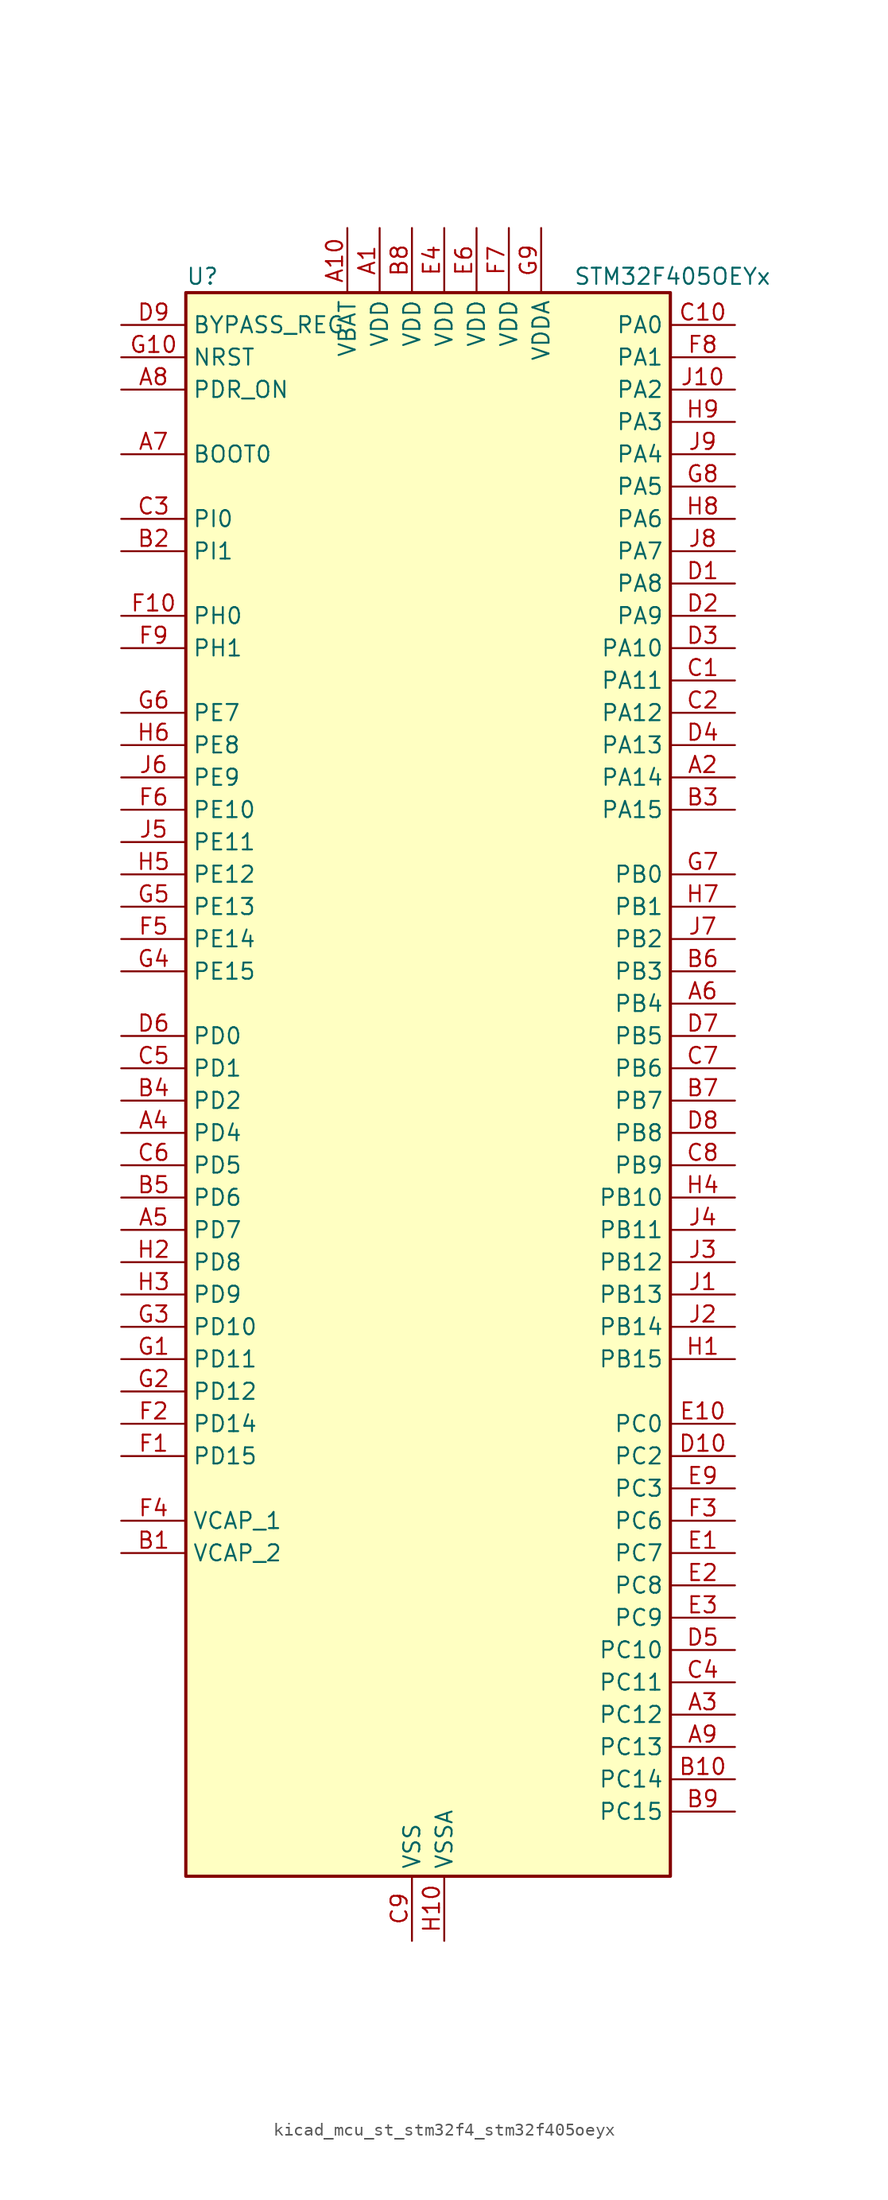
<source format=kicad_sym>
(kicad_symbol_lib
  (version 20220914)
  (generator kicad_symbol_editor)
  (symbol "kicad_mcu_st_stm32f4_stm32f405oeyx"
    (property "Reference" "U"
      (at -17.78 64.77 0)
      (effects (font (size 1.27 1.27)) (justify left)))
    (property "Value" "STM32F405OEYx"
      (at 12.7 64.77 0)
      (effects (font (size 1.27 1.27)) (justify left)))
    (property "ki_locked" ""
      (at 0 0 0)
      (effects (font (size 1.27 1.27))))
    (symbol "kicad_mcu_st_stm32f4_stm32f405oeyx_0_1"
      (rectangle (start -17.78 -60.96) (end 20.32 63.5) (stroke (width 0.254) (type default)) (fill (type background))))
    (symbol "kicad_mcu_st_stm32f4_stm32f405oeyx_1_1"
      (pin power_in line (at -2.54 68.58 270) (length 5.08) (name "VDD" (effects (font (size 1.27 1.27)))) (number "A1" (effects (font (size 1.27 1.27)))))
      (pin power_in line (at -5.08 68.58 270) (length 5.08) (name "VBAT" (effects (font (size 1.27 1.27)))) (number "A10" (effects (font (size 1.27 1.27)))))
      (pin bidirectional line (at 25.4 25.4 180) (length 5.08) (name "PA14" (effects (font (size 1.27 1.27)))) (number "A2" (effects (font (size 1.27 1.27)))) (alternate "SYS_JTCK-SWCLK" bidirectional line))
      (pin bidirectional line (at 25.4 -48.26 180) (length 5.08) (name "PC12" (effects (font (size 1.27 1.27)))) (number "A3" (effects (font (size 1.27 1.27)))) (alternate "I2S3_SD" bidirectional line) (alternate "SDIO_CK" bidirectional line) (alternate "SPI3_MOSI" bidirectional line) (alternate "UART5_TX" bidirectional line) (alternate "USART3_CK" bidirectional line))
      (pin bidirectional line (at -22.86 -2.54 0) (length 5.08) (name "PD4" (effects (font (size 1.27 1.27)))) (number "A4" (effects (font (size 1.27 1.27)))) (alternate "FSMC_NOE" bidirectional line) (alternate "USART2_RTS" bidirectional line))
      (pin bidirectional line (at -22.86 -10.16 0) (length 5.08) (name "PD7" (effects (font (size 1.27 1.27)))) (number "A5" (effects (font (size 1.27 1.27)))) (alternate "FSMC_NCE2" bidirectional line) (alternate "FSMC_NE1" bidirectional line) (alternate "USART2_CK" bidirectional line))
      (pin bidirectional line (at 25.4 7.62 180) (length 5.08) (name "PB4" (effects (font (size 1.27 1.27)))) (number "A6" (effects (font (size 1.27 1.27)))) (alternate "I2S3_ext_SD" bidirectional line) (alternate "SPI1_MISO" bidirectional line) (alternate "SPI3_MISO" bidirectional line) (alternate "SYS_JTRST" bidirectional line) (alternate "TIM3_CH1" bidirectional line))
      (pin input line (at -22.86 50.8 0) (length 5.08) (name "BOOT0" (effects (font (size 1.27 1.27)))) (number "A7" (effects (font (size 1.27 1.27)))))
      (pin input line (at -22.86 55.88 0) (length 5.08) (name "PDR_ON" (effects (font (size 1.27 1.27)))) (number "A8" (effects (font (size 1.27 1.27)))))
      (pin bidirectional line (at 25.4 -50.8 180) (length 5.08) (name "PC13" (effects (font (size 1.27 1.27)))) (number "A9" (effects (font (size 1.27 1.27)))) (alternate "RTC_AF1" bidirectional line))
      (pin power_out line (at -22.86 -35.56 0) (length 5.08) (name "VCAP_2" (effects (font (size 1.27 1.27)))) (number "B1" (effects (font (size 1.27 1.27)))))
      (pin bidirectional line (at 25.4 -53.34 180) (length 5.08) (name "PC14" (effects (font (size 1.27 1.27)))) (number "B10" (effects (font (size 1.27 1.27)))) (alternate "RCC_OSC32_IN" bidirectional line))
      (pin bidirectional line (at -22.86 43.18 0) (length 5.08) (name "PI1" (effects (font (size 1.27 1.27)))) (number "B2" (effects (font (size 1.27 1.27)))) (alternate "I2S2_CK" bidirectional line) (alternate "SPI2_SCK" bidirectional line))
      (pin bidirectional line (at 25.4 22.86 180) (length 5.08) (name "PA15" (effects (font (size 1.27 1.27)))) (number "B3" (effects (font (size 1.27 1.27)))) (alternate "ADC1_EXTI15" bidirectional line) (alternate "ADC2_EXTI15" bidirectional line) (alternate "ADC3_EXTI15" bidirectional line) (alternate "I2S3_WS" bidirectional line) (alternate "SPI1_NSS" bidirectional line) (alternate "SPI3_NSS" bidirectional line) (alternate "SYS_JTDI" bidirectional line) (alternate "TIM2_CH1" bidirectional line) (alternate "TIM2_ETR" bidirectional line))
      (pin bidirectional line (at -22.86 0 0) (length 5.08) (name "PD2" (effects (font (size 1.27 1.27)))) (number "B4" (effects (font (size 1.27 1.27)))) (alternate "SDIO_CMD" bidirectional line) (alternate "TIM3_ETR" bidirectional line) (alternate "UART5_RX" bidirectional line))
      (pin bidirectional line (at -22.86 -7.62 0) (length 5.08) (name "PD6" (effects (font (size 1.27 1.27)))) (number "B5" (effects (font (size 1.27 1.27)))) (alternate "FSMC_NWAIT" bidirectional line) (alternate "USART2_RX" bidirectional line))
      (pin bidirectional line (at 25.4 10.16 180) (length 5.08) (name "PB3" (effects (font (size 1.27 1.27)))) (number "B6" (effects (font (size 1.27 1.27)))) (alternate "I2S3_CK" bidirectional line) (alternate "SPI1_SCK" bidirectional line) (alternate "SPI3_SCK" bidirectional line) (alternate "SYS_JTDO-SWO" bidirectional line) (alternate "TIM2_CH2" bidirectional line))
      (pin bidirectional line (at 25.4 0 180) (length 5.08) (name "PB7" (effects (font (size 1.27 1.27)))) (number "B7" (effects (font (size 1.27 1.27)))) (alternate "FSMC_NL" bidirectional line) (alternate "I2C1_SDA" bidirectional line) (alternate "TIM4_CH2" bidirectional line) (alternate "USART1_RX" bidirectional line))
      (pin power_in line (at 0 68.58 270) (length 5.08) (name "VDD" (effects (font (size 1.27 1.27)))) (number "B8" (effects (font (size 1.27 1.27)))))
      (pin bidirectional line (at 25.4 -55.88 180) (length 5.08) (name "PC15" (effects (font (size 1.27 1.27)))) (number "B9" (effects (font (size 1.27 1.27)))) (alternate "ADC1_EXTI15" bidirectional line) (alternate "ADC2_EXTI15" bidirectional line) (alternate "ADC3_EXTI15" bidirectional line) (alternate "RCC_OSC32_OUT" bidirectional line))
      (pin bidirectional line (at 25.4 33.02 180) (length 5.08) (name "PA11" (effects (font (size 1.27 1.27)))) (number "C1" (effects (font (size 1.27 1.27)))) (alternate "ADC1_EXTI11" bidirectional line) (alternate "ADC2_EXTI11" bidirectional line) (alternate "ADC3_EXTI11" bidirectional line) (alternate "CAN1_RX" bidirectional line) (alternate "TIM1_CH4" bidirectional line) (alternate "USART1_CTS" bidirectional line) (alternate "USB_OTG_FS_DM" bidirectional line))
      (pin bidirectional line (at 25.4 60.96 180) (length 5.08) (name "PA0" (effects (font (size 1.27 1.27)))) (number "C10" (effects (font (size 1.27 1.27)))) (alternate "ADC1_IN0" bidirectional line) (alternate "ADC2_IN0" bidirectional line) (alternate "ADC3_IN0" bidirectional line) (alternate "SYS_WKUP" bidirectional line) (alternate "TIM2_CH1" bidirectional line) (alternate "TIM2_ETR" bidirectional line) (alternate "TIM5_CH1" bidirectional line) (alternate "TIM8_ETR" bidirectional line) (alternate "UART4_TX" bidirectional line) (alternate "USART2_CTS" bidirectional line))
      (pin bidirectional line (at 25.4 30.48 180) (length 5.08) (name "PA12" (effects (font (size 1.27 1.27)))) (number "C2" (effects (font (size 1.27 1.27)))) (alternate "CAN1_TX" bidirectional line) (alternate "TIM1_ETR" bidirectional line) (alternate "USART1_RTS" bidirectional line) (alternate "USB_OTG_FS_DP" bidirectional line))
      (pin bidirectional line (at -22.86 45.72 0) (length 5.08) (name "PI0" (effects (font (size 1.27 1.27)))) (number "C3" (effects (font (size 1.27 1.27)))) (alternate "I2S2_WS" bidirectional line) (alternate "SPI2_NSS" bidirectional line) (alternate "TIM5_CH4" bidirectional line))
      (pin bidirectional line (at 25.4 -45.72 180) (length 5.08) (name "PC11" (effects (font (size 1.27 1.27)))) (number "C4" (effects (font (size 1.27 1.27)))) (alternate "ADC1_EXTI11" bidirectional line) (alternate "ADC2_EXTI11" bidirectional line) (alternate "ADC3_EXTI11" bidirectional line) (alternate "I2S3_ext_SD" bidirectional line) (alternate "SDIO_D3" bidirectional line) (alternate "SPI3_MISO" bidirectional line) (alternate "UART4_RX" bidirectional line) (alternate "USART3_RX" bidirectional line))
      (pin bidirectional line (at -22.86 2.54 0) (length 5.08) (name "PD1" (effects (font (size 1.27 1.27)))) (number "C5" (effects (font (size 1.27 1.27)))) (alternate "CAN1_TX" bidirectional line) (alternate "FSMC_D3" bidirectional line) (alternate "FSMC_DA3" bidirectional line))
      (pin bidirectional line (at -22.86 -5.08 0) (length 5.08) (name "PD5" (effects (font (size 1.27 1.27)))) (number "C6" (effects (font (size 1.27 1.27)))) (alternate "FSMC_NWE" bidirectional line) (alternate "USART2_TX" bidirectional line))
      (pin bidirectional line (at 25.4 2.54 180) (length 5.08) (name "PB6" (effects (font (size 1.27 1.27)))) (number "C7" (effects (font (size 1.27 1.27)))) (alternate "CAN2_TX" bidirectional line) (alternate "I2C1_SCL" bidirectional line) (alternate "TIM4_CH1" bidirectional line) (alternate "USART1_TX" bidirectional line))
      (pin bidirectional line (at 25.4 -5.08 180) (length 5.08) (name "PB9" (effects (font (size 1.27 1.27)))) (number "C8" (effects (font (size 1.27 1.27)))) (alternate "CAN1_TX" bidirectional line) (alternate "DAC_EXTI9" bidirectional line) (alternate "I2C1_SDA" bidirectional line) (alternate "I2S2_WS" bidirectional line) (alternate "SDIO_D5" bidirectional line) (alternate "SPI2_NSS" bidirectional line) (alternate "TIM11_CH1" bidirectional line) (alternate "TIM4_CH4" bidirectional line))
      (pin power_in line (at 0 -66.04 90) (length 5.08) (name "VSS" (effects (font (size 1.27 1.27)))) (number "C9" (effects (font (size 1.27 1.27)))))
      (pin bidirectional line (at 25.4 40.64 180) (length 5.08) (name "PA8" (effects (font (size 1.27 1.27)))) (number "D1" (effects (font (size 1.27 1.27)))) (alternate "I2C3_SCL" bidirectional line) (alternate "RCC_MCO_1" bidirectional line) (alternate "TIM1_CH1" bidirectional line) (alternate "USART1_CK" bidirectional line) (alternate "USB_OTG_FS_SOF" bidirectional line))
      (pin bidirectional line (at 25.4 -27.94 180) (length 5.08) (name "PC2" (effects (font (size 1.27 1.27)))) (number "D10" (effects (font (size 1.27 1.27)))) (alternate "ADC1_IN12" bidirectional line) (alternate "ADC2_IN12" bidirectional line) (alternate "ADC3_IN12" bidirectional line) (alternate "I2S2_ext_SD" bidirectional line) (alternate "SPI2_MISO" bidirectional line) (alternate "USB_OTG_HS_ULPI_DIR" bidirectional line))
      (pin bidirectional line (at 25.4 38.1 180) (length 5.08) (name "PA9" (effects (font (size 1.27 1.27)))) (number "D2" (effects (font (size 1.27 1.27)))) (alternate "DAC_EXTI9" bidirectional line) (alternate "I2C3_SMBA" bidirectional line) (alternate "TIM1_CH2" bidirectional line) (alternate "USART1_TX" bidirectional line) (alternate "USB_OTG_FS_VBUS" bidirectional line))
      (pin bidirectional line (at 25.4 35.56 180) (length 5.08) (name "PA10" (effects (font (size 1.27 1.27)))) (number "D3" (effects (font (size 1.27 1.27)))) (alternate "TIM1_CH3" bidirectional line) (alternate "USART1_RX" bidirectional line) (alternate "USB_OTG_FS_ID" bidirectional line))
      (pin bidirectional line (at 25.4 27.94 180) (length 5.08) (name "PA13" (effects (font (size 1.27 1.27)))) (number "D4" (effects (font (size 1.27 1.27)))) (alternate "SYS_JTMS-SWDIO" bidirectional line))
      (pin bidirectional line (at 25.4 -43.18 180) (length 5.08) (name "PC10" (effects (font (size 1.27 1.27)))) (number "D5" (effects (font (size 1.27 1.27)))) (alternate "I2S3_CK" bidirectional line) (alternate "SDIO_D2" bidirectional line) (alternate "SPI3_SCK" bidirectional line) (alternate "UART4_TX" bidirectional line) (alternate "USART3_TX" bidirectional line))
      (pin bidirectional line (at -22.86 5.08 0) (length 5.08) (name "PD0" (effects (font (size 1.27 1.27)))) (number "D6" (effects (font (size 1.27 1.27)))) (alternate "CAN1_RX" bidirectional line) (alternate "FSMC_D2" bidirectional line) (alternate "FSMC_DA2" bidirectional line))
      (pin bidirectional line (at 25.4 5.08 180) (length 5.08) (name "PB5" (effects (font (size 1.27 1.27)))) (number "D7" (effects (font (size 1.27 1.27)))) (alternate "CAN2_RX" bidirectional line) (alternate "I2C1_SMBA" bidirectional line) (alternate "I2S3_SD" bidirectional line) (alternate "SPI1_MOSI" bidirectional line) (alternate "SPI3_MOSI" bidirectional line) (alternate "TIM3_CH2" bidirectional line) (alternate "USB_OTG_HS_ULPI_D7" bidirectional line))
      (pin bidirectional line (at 25.4 -2.54 180) (length 5.08) (name "PB8" (effects (font (size 1.27 1.27)))) (number "D8" (effects (font (size 1.27 1.27)))) (alternate "CAN1_RX" bidirectional line) (alternate "I2C1_SCL" bidirectional line) (alternate "SDIO_D4" bidirectional line) (alternate "TIM10_CH1" bidirectional line) (alternate "TIM4_CH3" bidirectional line))
      (pin input line (at -22.86 60.96 0) (length 5.08) (name "BYPASS_REG" (effects (font (size 1.27 1.27)))) (number "D9" (effects (font (size 1.27 1.27)))))
      (pin bidirectional line (at 25.4 -35.56 180) (length 5.08) (name "PC7" (effects (font (size 1.27 1.27)))) (number "E1" (effects (font (size 1.27 1.27)))) (alternate "I2S3_MCK" bidirectional line) (alternate "SDIO_D7" bidirectional line) (alternate "TIM3_CH2" bidirectional line) (alternate "TIM8_CH2" bidirectional line) (alternate "USART6_RX" bidirectional line))
      (pin bidirectional line (at 25.4 -25.4 180) (length 5.08) (name "PC0" (effects (font (size 1.27 1.27)))) (number "E10" (effects (font (size 1.27 1.27)))) (alternate "ADC1_IN10" bidirectional line) (alternate "ADC2_IN10" bidirectional line) (alternate "ADC3_IN10" bidirectional line) (alternate "USB_OTG_HS_ULPI_STP" bidirectional line))
      (pin bidirectional line (at 25.4 -38.1 180) (length 5.08) (name "PC8" (effects (font (size 1.27 1.27)))) (number "E2" (effects (font (size 1.27 1.27)))) (alternate "SDIO_D0" bidirectional line) (alternate "TIM3_CH3" bidirectional line) (alternate "TIM8_CH3" bidirectional line) (alternate "USART6_CK" bidirectional line))
      (pin bidirectional line (at 25.4 -40.64 180) (length 5.08) (name "PC9" (effects (font (size 1.27 1.27)))) (number "E3" (effects (font (size 1.27 1.27)))) (alternate "DAC_EXTI9" bidirectional line) (alternate "I2C3_SDA" bidirectional line) (alternate "I2S_CKIN" bidirectional line) (alternate "RCC_MCO_2" bidirectional line) (alternate "SDIO_D1" bidirectional line) (alternate "TIM3_CH4" bidirectional line) (alternate "TIM8_CH4" bidirectional line))
      (pin power_in line (at 2.54 68.58 270) (length 5.08) (name "VDD" (effects (font (size 1.27 1.27)))) (number "E4" (effects (font (size 1.27 1.27)))))
      (pin passive line (at 0 -66.04 90) (length 5.08) hide (name "VSS" (effects (font (size 1.27 1.27)))) (number "E5" (effects (font (size 1.27 1.27)))))
      (pin power_in line (at 5.08 68.58 270) (length 5.08) (name "VDD" (effects (font (size 1.27 1.27)))) (number "E6" (effects (font (size 1.27 1.27)))))
      (pin passive line (at 0 -66.04 90) (length 5.08) hide (name "VSS" (effects (font (size 1.27 1.27)))) (number "E7" (effects (font (size 1.27 1.27)))))
      (pin passive line (at 0 -66.04 90) (length 5.08) hide (name "VSS" (effects (font (size 1.27 1.27)))) (number "E8" (effects (font (size 1.27 1.27)))))
      (pin bidirectional line (at 25.4 -30.48 180) (length 5.08) (name "PC3" (effects (font (size 1.27 1.27)))) (number "E9" (effects (font (size 1.27 1.27)))) (alternate "ADC1_IN13" bidirectional line) (alternate "ADC2_IN13" bidirectional line) (alternate "ADC3_IN13" bidirectional line) (alternate "I2S2_SD" bidirectional line) (alternate "SPI2_MOSI" bidirectional line) (alternate "USB_OTG_HS_ULPI_NXT" bidirectional line))
      (pin bidirectional line (at -22.86 -27.94 0) (length 5.08) (name "PD15" (effects (font (size 1.27 1.27)))) (number "F1" (effects (font (size 1.27 1.27)))) (alternate "ADC1_EXTI15" bidirectional line) (alternate "ADC2_EXTI15" bidirectional line) (alternate "ADC3_EXTI15" bidirectional line) (alternate "FSMC_D1" bidirectional line) (alternate "FSMC_DA1" bidirectional line) (alternate "TIM4_CH4" bidirectional line))
      (pin bidirectional line (at -22.86 38.1 0) (length 5.08) (name "PH0" (effects (font (size 1.27 1.27)))) (number "F10" (effects (font (size 1.27 1.27)))) (alternate "RCC_OSC_IN" bidirectional line))
      (pin bidirectional line (at -22.86 -25.4 0) (length 5.08) (name "PD14" (effects (font (size 1.27 1.27)))) (number "F2" (effects (font (size 1.27 1.27)))) (alternate "FSMC_D0" bidirectional line) (alternate "FSMC_DA0" bidirectional line) (alternate "TIM4_CH3" bidirectional line))
      (pin bidirectional line (at 25.4 -33.02 180) (length 5.08) (name "PC6" (effects (font (size 1.27 1.27)))) (number "F3" (effects (font (size 1.27 1.27)))) (alternate "I2S2_MCK" bidirectional line) (alternate "SDIO_D6" bidirectional line) (alternate "TIM3_CH1" bidirectional line) (alternate "TIM8_CH1" bidirectional line) (alternate "USART6_TX" bidirectional line))
      (pin power_out line (at -22.86 -33.02 0) (length 5.08) (name "VCAP_1" (effects (font (size 1.27 1.27)))) (number "F4" (effects (font (size 1.27 1.27)))))
      (pin bidirectional line (at -22.86 12.7 0) (length 5.08) (name "PE14" (effects (font (size 1.27 1.27)))) (number "F5" (effects (font (size 1.27 1.27)))) (alternate "FSMC_D11" bidirectional line) (alternate "FSMC_DA11" bidirectional line) (alternate "TIM1_CH4" bidirectional line))
      (pin bidirectional line (at -22.86 22.86 0) (length 5.08) (name "PE10" (effects (font (size 1.27 1.27)))) (number "F6" (effects (font (size 1.27 1.27)))) (alternate "FSMC_D7" bidirectional line) (alternate "FSMC_DA7" bidirectional line) (alternate "TIM1_CH2N" bidirectional line))
      (pin power_in line (at 7.62 68.58 270) (length 5.08) (name "VDD" (effects (font (size 1.27 1.27)))) (number "F7" (effects (font (size 1.27 1.27)))))
      (pin bidirectional line (at 25.4 58.42 180) (length 5.08) (name "PA1" (effects (font (size 1.27 1.27)))) (number "F8" (effects (font (size 1.27 1.27)))) (alternate "ADC1_IN1" bidirectional line) (alternate "ADC2_IN1" bidirectional line) (alternate "ADC3_IN1" bidirectional line) (alternate "TIM2_CH2" bidirectional line) (alternate "TIM5_CH2" bidirectional line) (alternate "UART4_RX" bidirectional line) (alternate "USART2_RTS" bidirectional line))
      (pin bidirectional line (at -22.86 35.56 0) (length 5.08) (name "PH1" (effects (font (size 1.27 1.27)))) (number "F9" (effects (font (size 1.27 1.27)))) (alternate "RCC_OSC_OUT" bidirectional line))
      (pin bidirectional line (at -22.86 -20.32 0) (length 5.08) (name "PD11" (effects (font (size 1.27 1.27)))) (number "G1" (effects (font (size 1.27 1.27)))) (alternate "ADC1_EXTI11" bidirectional line) (alternate "ADC2_EXTI11" bidirectional line) (alternate "ADC3_EXTI11" bidirectional line) (alternate "FSMC_A16" bidirectional line) (alternate "FSMC_CLE" bidirectional line) (alternate "USART3_CTS" bidirectional line))
      (pin input line (at -22.86 58.42 0) (length 5.08) (name "NRST" (effects (font (size 1.27 1.27)))) (number "G10" (effects (font (size 1.27 1.27)))))
      (pin bidirectional line (at -22.86 -22.86 0) (length 5.08) (name "PD12" (effects (font (size 1.27 1.27)))) (number "G2" (effects (font (size 1.27 1.27)))) (alternate "FSMC_A17" bidirectional line) (alternate "FSMC_ALE" bidirectional line) (alternate "TIM4_CH1" bidirectional line) (alternate "USART3_RTS" bidirectional line))
      (pin bidirectional line (at -22.86 -17.78 0) (length 5.08) (name "PD10" (effects (font (size 1.27 1.27)))) (number "G3" (effects (font (size 1.27 1.27)))) (alternate "FSMC_D15" bidirectional line) (alternate "FSMC_DA15" bidirectional line) (alternate "USART3_CK" bidirectional line))
      (pin bidirectional line (at -22.86 10.16 0) (length 5.08) (name "PE15" (effects (font (size 1.27 1.27)))) (number "G4" (effects (font (size 1.27 1.27)))) (alternate "ADC1_EXTI15" bidirectional line) (alternate "ADC2_EXTI15" bidirectional line) (alternate "ADC3_EXTI15" bidirectional line) (alternate "FSMC_D12" bidirectional line) (alternate "FSMC_DA12" bidirectional line) (alternate "TIM1_BKIN" bidirectional line))
      (pin bidirectional line (at -22.86 15.24 0) (length 5.08) (name "PE13" (effects (font (size 1.27 1.27)))) (number "G5" (effects (font (size 1.27 1.27)))) (alternate "FSMC_D10" bidirectional line) (alternate "FSMC_DA10" bidirectional line) (alternate "TIM1_CH3" bidirectional line))
      (pin bidirectional line (at -22.86 30.48 0) (length 5.08) (name "PE7" (effects (font (size 1.27 1.27)))) (number "G6" (effects (font (size 1.27 1.27)))) (alternate "FSMC_D4" bidirectional line) (alternate "FSMC_DA4" bidirectional line) (alternate "TIM1_ETR" bidirectional line))
      (pin bidirectional line (at 25.4 17.78 180) (length 5.08) (name "PB0" (effects (font (size 1.27 1.27)))) (number "G7" (effects (font (size 1.27 1.27)))) (alternate "ADC1_IN8" bidirectional line) (alternate "ADC2_IN8" bidirectional line) (alternate "TIM1_CH2N" bidirectional line) (alternate "TIM3_CH3" bidirectional line) (alternate "TIM8_CH2N" bidirectional line) (alternate "USB_OTG_HS_ULPI_D1" bidirectional line))
      (pin bidirectional line (at 25.4 48.26 180) (length 5.08) (name "PA5" (effects (font (size 1.27 1.27)))) (number "G8" (effects (font (size 1.27 1.27)))) (alternate "ADC1_IN5" bidirectional line) (alternate "ADC2_IN5" bidirectional line) (alternate "DAC_OUT2" bidirectional line) (alternate "SPI1_SCK" bidirectional line) (alternate "TIM2_CH1" bidirectional line) (alternate "TIM2_ETR" bidirectional line) (alternate "TIM8_CH1N" bidirectional line) (alternate "USB_OTG_HS_ULPI_CK" bidirectional line))
      (pin power_in line (at 10.16 68.58 270) (length 5.08) (name "VDDA" (effects (font (size 1.27 1.27)))) (number "G9" (effects (font (size 1.27 1.27)))))
      (pin bidirectional line (at 25.4 -20.32 180) (length 5.08) (name "PB15" (effects (font (size 1.27 1.27)))) (number "H1" (effects (font (size 1.27 1.27)))) (alternate "ADC1_EXTI15" bidirectional line) (alternate "ADC2_EXTI15" bidirectional line) (alternate "ADC3_EXTI15" bidirectional line) (alternate "I2S2_SD" bidirectional line) (alternate "RTC_REFIN" bidirectional line) (alternate "SPI2_MOSI" bidirectional line) (alternate "TIM12_CH2" bidirectional line) (alternate "TIM1_CH3N" bidirectional line) (alternate "TIM8_CH3N" bidirectional line) (alternate "USB_OTG_HS_DP" bidirectional line))
      (pin power_in line (at 2.54 -66.04 90) (length 5.08) (name "VSSA" (effects (font (size 1.27 1.27)))) (number "H10" (effects (font (size 1.27 1.27)))))
      (pin bidirectional line (at -22.86 -12.7 0) (length 5.08) (name "PD8" (effects (font (size 1.27 1.27)))) (number "H2" (effects (font (size 1.27 1.27)))) (alternate "FSMC_D13" bidirectional line) (alternate "FSMC_DA13" bidirectional line) (alternate "USART3_TX" bidirectional line))
      (pin bidirectional line (at -22.86 -15.24 0) (length 5.08) (name "PD9" (effects (font (size 1.27 1.27)))) (number "H3" (effects (font (size 1.27 1.27)))) (alternate "DAC_EXTI9" bidirectional line) (alternate "FSMC_D14" bidirectional line) (alternate "FSMC_DA14" bidirectional line) (alternate "USART3_RX" bidirectional line))
      (pin bidirectional line (at 25.4 -7.62 180) (length 5.08) (name "PB10" (effects (font (size 1.27 1.27)))) (number "H4" (effects (font (size 1.27 1.27)))) (alternate "I2C2_SCL" bidirectional line) (alternate "I2S2_CK" bidirectional line) (alternate "SPI2_SCK" bidirectional line) (alternate "TIM2_CH3" bidirectional line) (alternate "USART3_TX" bidirectional line) (alternate "USB_OTG_HS_ULPI_D3" bidirectional line))
      (pin bidirectional line (at -22.86 17.78 0) (length 5.08) (name "PE12" (effects (font (size 1.27 1.27)))) (number "H5" (effects (font (size 1.27 1.27)))) (alternate "FSMC_D9" bidirectional line) (alternate "FSMC_DA9" bidirectional line) (alternate "TIM1_CH3N" bidirectional line))
      (pin bidirectional line (at -22.86 27.94 0) (length 5.08) (name "PE8" (effects (font (size 1.27 1.27)))) (number "H6" (effects (font (size 1.27 1.27)))) (alternate "FSMC_D5" bidirectional line) (alternate "FSMC_DA5" bidirectional line) (alternate "TIM1_CH1N" bidirectional line))
      (pin bidirectional line (at 25.4 15.24 180) (length 5.08) (name "PB1" (effects (font (size 1.27 1.27)))) (number "H7" (effects (font (size 1.27 1.27)))) (alternate "ADC1_IN9" bidirectional line) (alternate "ADC2_IN9" bidirectional line) (alternate "TIM1_CH3N" bidirectional line) (alternate "TIM3_CH4" bidirectional line) (alternate "TIM8_CH3N" bidirectional line) (alternate "USB_OTG_HS_ULPI_D2" bidirectional line))
      (pin bidirectional line (at 25.4 45.72 180) (length 5.08) (name "PA6" (effects (font (size 1.27 1.27)))) (number "H8" (effects (font (size 1.27 1.27)))) (alternate "ADC1_IN6" bidirectional line) (alternate "ADC2_IN6" bidirectional line) (alternate "SPI1_MISO" bidirectional line) (alternate "TIM13_CH1" bidirectional line) (alternate "TIM1_BKIN" bidirectional line) (alternate "TIM3_CH1" bidirectional line) (alternate "TIM8_BKIN" bidirectional line))
      (pin bidirectional line (at 25.4 53.34 180) (length 5.08) (name "PA3" (effects (font (size 1.27 1.27)))) (number "H9" (effects (font (size 1.27 1.27)))) (alternate "ADC1_IN3" bidirectional line) (alternate "ADC2_IN3" bidirectional line) (alternate "ADC3_IN3" bidirectional line) (alternate "TIM2_CH4" bidirectional line) (alternate "TIM5_CH4" bidirectional line) (alternate "TIM9_CH2" bidirectional line) (alternate "USART2_RX" bidirectional line) (alternate "USB_OTG_HS_ULPI_D0" bidirectional line))
      (pin bidirectional line (at 25.4 -15.24 180) (length 5.08) (name "PB13" (effects (font (size 1.27 1.27)))) (number "J1" (effects (font (size 1.27 1.27)))) (alternate "CAN2_TX" bidirectional line) (alternate "I2S2_CK" bidirectional line) (alternate "SPI2_SCK" bidirectional line) (alternate "TIM1_CH1N" bidirectional line) (alternate "USART3_CTS" bidirectional line) (alternate "USB_OTG_HS_ULPI_D6" bidirectional line) (alternate "USB_OTG_HS_VBUS" bidirectional line))
      (pin bidirectional line (at 25.4 55.88 180) (length 5.08) (name "PA2" (effects (font (size 1.27 1.27)))) (number "J10" (effects (font (size 1.27 1.27)))) (alternate "ADC1_IN2" bidirectional line) (alternate "ADC2_IN2" bidirectional line) (alternate "ADC3_IN2" bidirectional line) (alternate "TIM2_CH3" bidirectional line) (alternate "TIM5_CH3" bidirectional line) (alternate "TIM9_CH1" bidirectional line) (alternate "USART2_TX" bidirectional line))
      (pin bidirectional line (at 25.4 -17.78 180) (length 5.08) (name "PB14" (effects (font (size 1.27 1.27)))) (number "J2" (effects (font (size 1.27 1.27)))) (alternate "I2S2_ext_SD" bidirectional line) (alternate "SPI2_MISO" bidirectional line) (alternate "TIM12_CH1" bidirectional line) (alternate "TIM1_CH2N" bidirectional line) (alternate "TIM8_CH2N" bidirectional line) (alternate "USART3_RTS" bidirectional line) (alternate "USB_OTG_HS_DM" bidirectional line))
      (pin bidirectional line (at 25.4 -12.7 180) (length 5.08) (name "PB12" (effects (font (size 1.27 1.27)))) (number "J3" (effects (font (size 1.27 1.27)))) (alternate "CAN2_RX" bidirectional line) (alternate "I2C2_SMBA" bidirectional line) (alternate "I2S2_WS" bidirectional line) (alternate "SPI2_NSS" bidirectional line) (alternate "TIM1_BKIN" bidirectional line) (alternate "USART3_CK" bidirectional line) (alternate "USB_OTG_HS_ID" bidirectional line) (alternate "USB_OTG_HS_ULPI_D5" bidirectional line))
      (pin bidirectional line (at 25.4 -10.16 180) (length 5.08) (name "PB11" (effects (font (size 1.27 1.27)))) (number "J4" (effects (font (size 1.27 1.27)))) (alternate "ADC1_EXTI11" bidirectional line) (alternate "ADC2_EXTI11" bidirectional line) (alternate "ADC3_EXTI11" bidirectional line) (alternate "I2C2_SDA" bidirectional line) (alternate "TIM2_CH4" bidirectional line) (alternate "USART3_RX" bidirectional line) (alternate "USB_OTG_HS_ULPI_D4" bidirectional line))
      (pin bidirectional line (at -22.86 20.32 0) (length 5.08) (name "PE11" (effects (font (size 1.27 1.27)))) (number "J5" (effects (font (size 1.27 1.27)))) (alternate "ADC1_EXTI11" bidirectional line) (alternate "ADC2_EXTI11" bidirectional line) (alternate "ADC3_EXTI11" bidirectional line) (alternate "FSMC_D8" bidirectional line) (alternate "FSMC_DA8" bidirectional line) (alternate "TIM1_CH2" bidirectional line))
      (pin bidirectional line (at -22.86 25.4 0) (length 5.08) (name "PE9" (effects (font (size 1.27 1.27)))) (number "J6" (effects (font (size 1.27 1.27)))) (alternate "DAC_EXTI9" bidirectional line) (alternate "FSMC_D6" bidirectional line) (alternate "FSMC_DA6" bidirectional line) (alternate "TIM1_CH1" bidirectional line))
      (pin bidirectional line (at 25.4 12.7 180) (length 5.08) (name "PB2" (effects (font (size 1.27 1.27)))) (number "J7" (effects (font (size 1.27 1.27)))))
      (pin bidirectional line (at 25.4 43.18 180) (length 5.08) (name "PA7" (effects (font (size 1.27 1.27)))) (number "J8" (effects (font (size 1.27 1.27)))) (alternate "ADC1_IN7" bidirectional line) (alternate "ADC2_IN7" bidirectional line) (alternate "SPI1_MOSI" bidirectional line) (alternate "TIM14_CH1" bidirectional line) (alternate "TIM1_CH1N" bidirectional line) (alternate "TIM3_CH2" bidirectional line) (alternate "TIM8_CH1N" bidirectional line))
      (pin bidirectional line (at 25.4 50.8 180) (length 5.08) (name "PA4" (effects (font (size 1.27 1.27)))) (number "J9" (effects (font (size 1.27 1.27)))) (alternate "ADC1_IN4" bidirectional line) (alternate "ADC2_IN4" bidirectional line) (alternate "DAC_OUT1" bidirectional line) (alternate "I2S3_WS" bidirectional line) (alternate "SPI1_NSS" bidirectional line) (alternate "SPI3_NSS" bidirectional line) (alternate "USART2_CK" bidirectional line) (alternate "USB_OTG_HS_SOF" bidirectional line)))))
</source>
